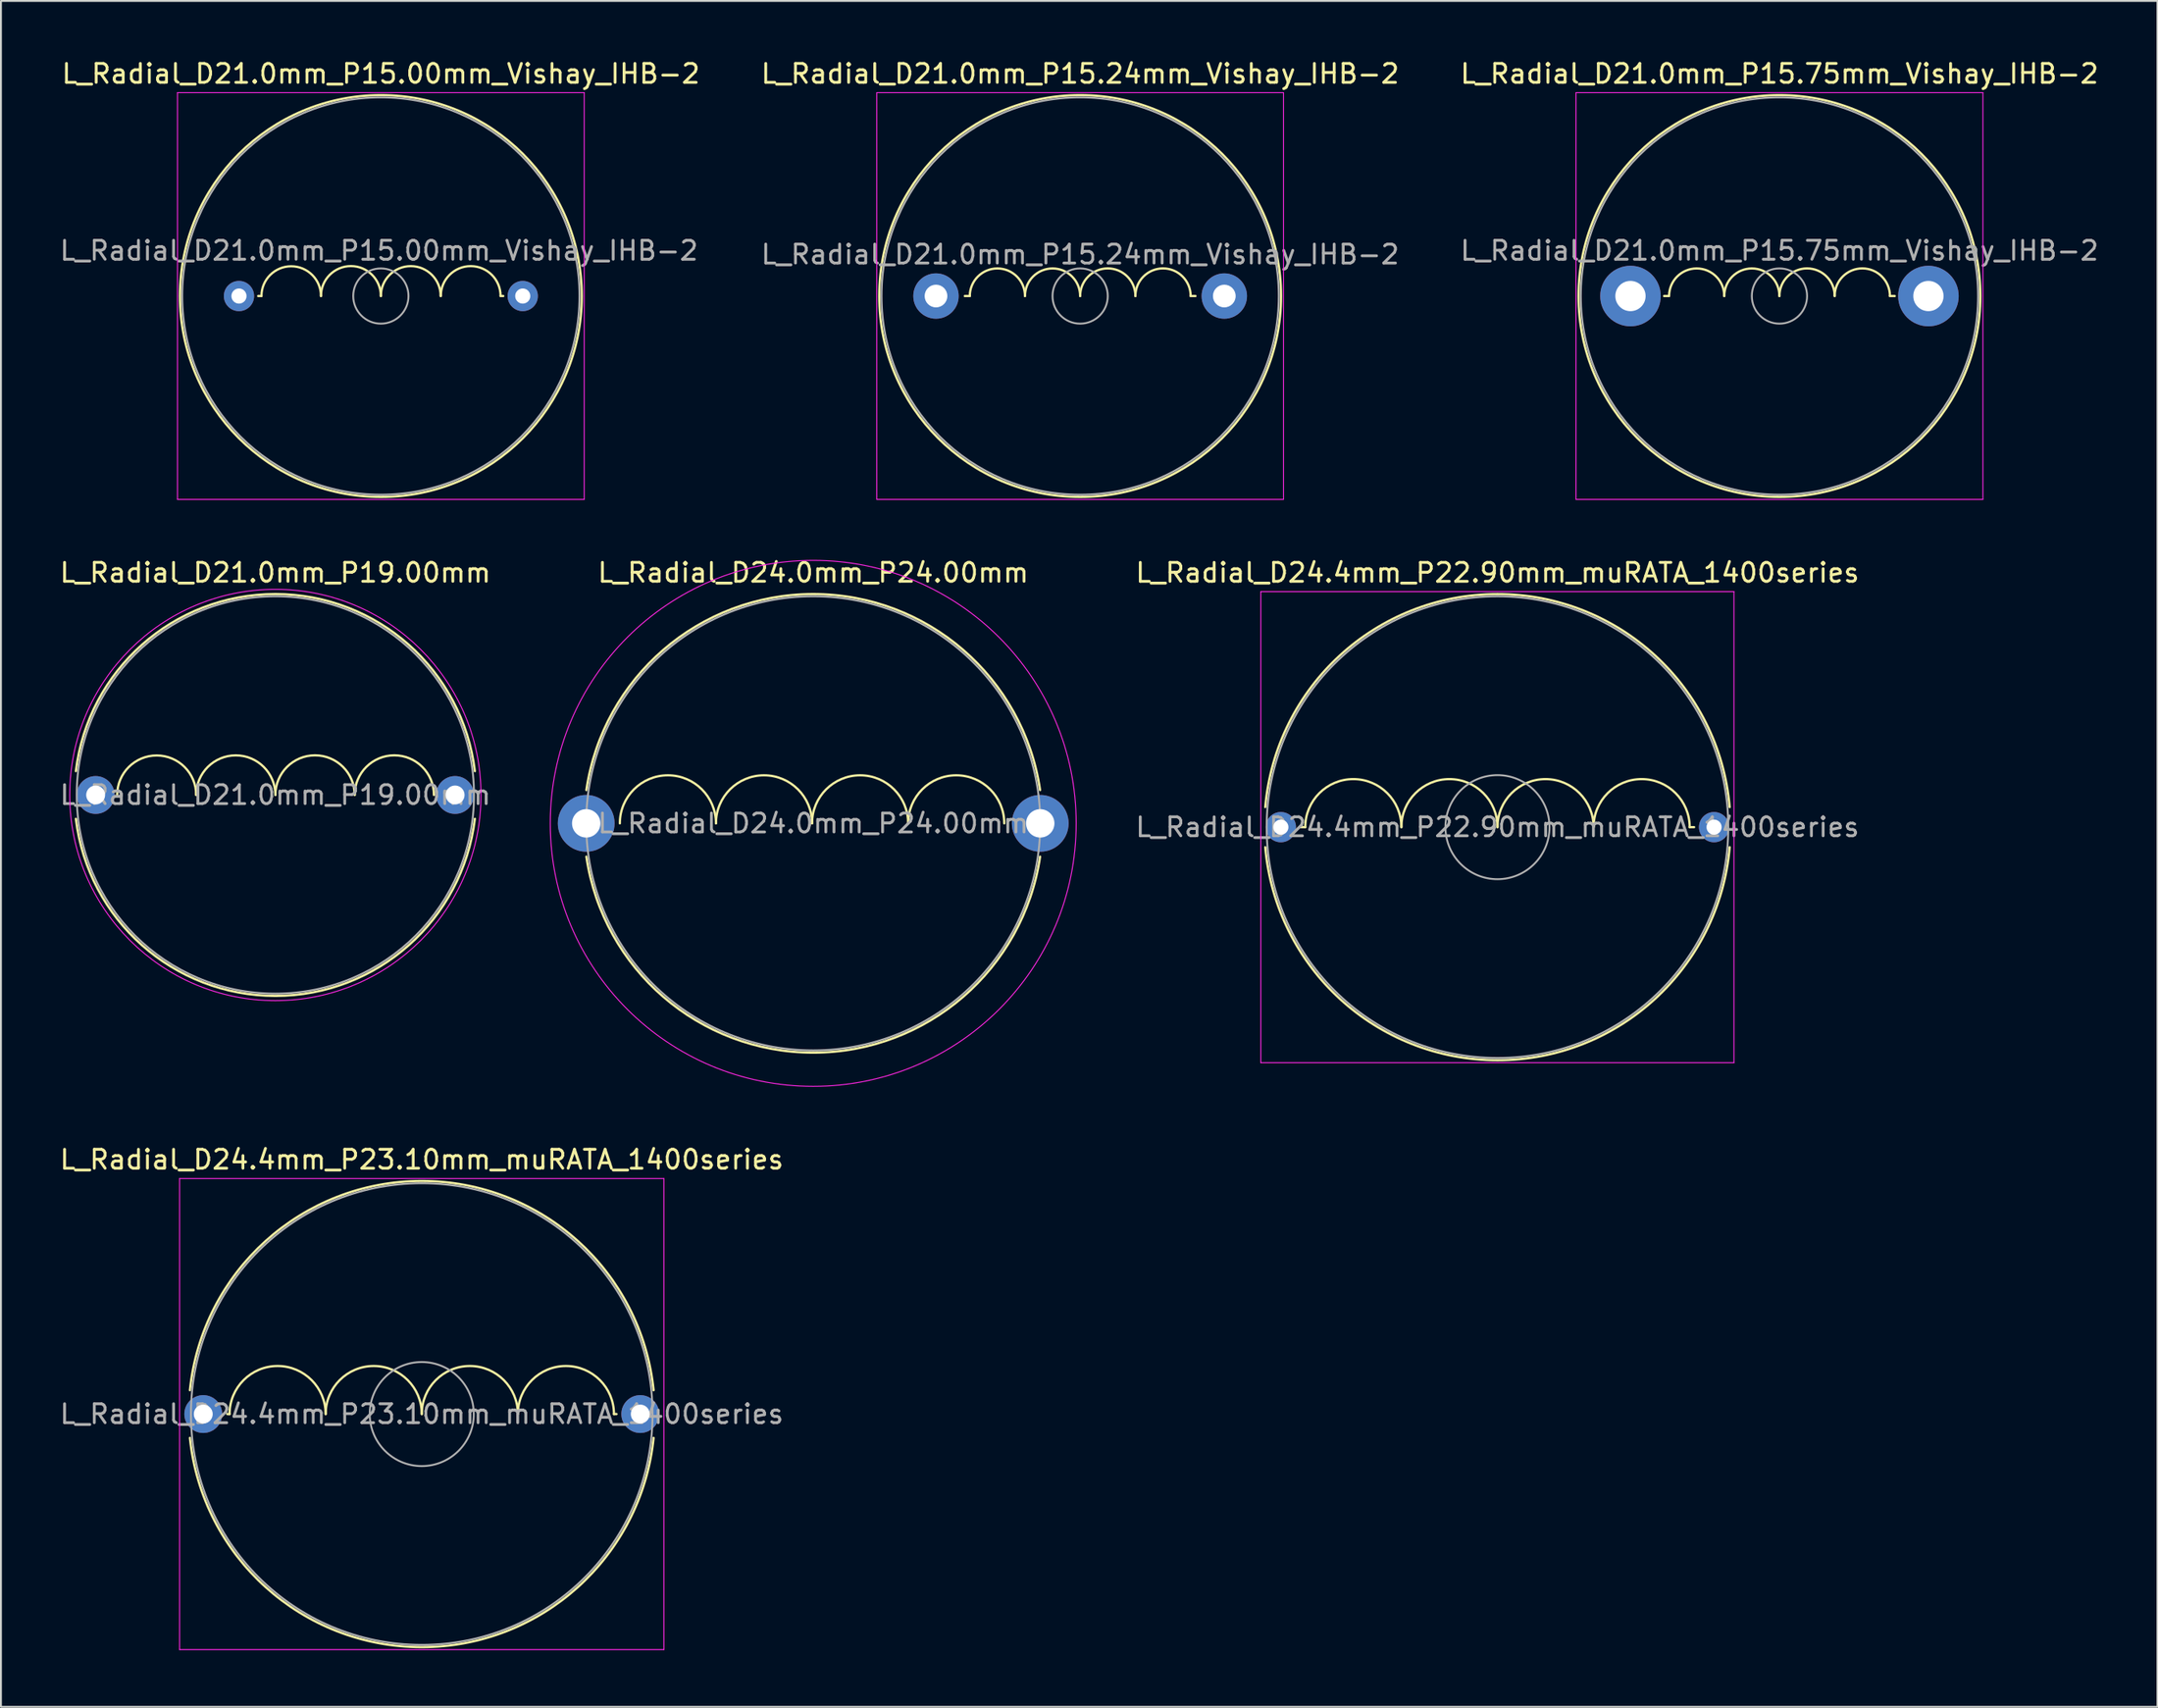
<source format=kicad_pcb>
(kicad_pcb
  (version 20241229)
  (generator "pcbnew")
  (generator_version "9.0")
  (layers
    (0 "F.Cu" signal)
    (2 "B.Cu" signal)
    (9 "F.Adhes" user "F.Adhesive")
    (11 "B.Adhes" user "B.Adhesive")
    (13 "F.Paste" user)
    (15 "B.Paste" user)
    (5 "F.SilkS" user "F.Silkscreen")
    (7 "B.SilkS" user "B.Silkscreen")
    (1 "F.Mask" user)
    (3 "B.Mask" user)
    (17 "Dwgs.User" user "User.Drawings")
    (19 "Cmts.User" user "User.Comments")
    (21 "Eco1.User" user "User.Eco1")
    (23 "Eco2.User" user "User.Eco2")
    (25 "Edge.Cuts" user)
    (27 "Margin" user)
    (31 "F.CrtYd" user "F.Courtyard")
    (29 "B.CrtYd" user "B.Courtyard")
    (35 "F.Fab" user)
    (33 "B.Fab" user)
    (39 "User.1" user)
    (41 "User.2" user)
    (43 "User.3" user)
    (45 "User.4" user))
  (footprint "L_Radial_D24.0mm_P24.00mm"
    (layer "F.Cu")
    (at 27.937 40.471)
    (property "Reference" "L_Radial_D24.0mm_P24.00mm" (at 12 -13.25 0) (layer "F.SilkS") (effects (font (size 1 1) (thickness 0.15))))
    (attr through_hole)
    (fp_arc (start 0.00847 -1.76) (mid 12 -12.12) (end 23.99153 -1.76) (stroke (width 0.12) (type solid)) (layer "F.SilkS"))
    (fp_arc (start 1.778 0) (mid 4.318 -2.54) (end 6.858 0) (stroke (width 0.12) (type solid)) (layer "F.SilkS"))
    (fp_arc (start 6.858 0) (mid 9.398 -2.54) (end 11.938 0) (stroke (width 0.12) (type solid)) (layer "F.SilkS"))
    (fp_arc (start 11.938 0) (mid 14.478 -2.54) (end 17.018 0) (stroke (width 0.12) (type solid)) (layer "F.SilkS"))
    (fp_arc (start 17.018 0) (mid 19.558 -2.54) (end 22.098 0) (stroke (width 0.12) (type solid)) (layer "F.SilkS"))
    (fp_arc (start 23.99153 1.76) (mid 12 12.12) (end 0.00847 1.76) (stroke (width 0.12) (type solid)) (layer "F.SilkS"))
    (fp_circle (center 12 0) (end 25.9 0) (stroke (width 0.05) (type solid)) (fill no) (layer "F.CrtYd"))
    (fp_circle (center 12 0) (end 24 0) (stroke (width 0.1) (type solid)) (fill no) (layer "F.Fab"))
    (fp_text user "${REFERENCE}" (at 12 0 0) (layer "F.Fab") (effects (font (size 1 1) (thickness 0.15))))
    (pad "1" thru_hole circle (at 0 0) (size 3 3) (drill 1.5) (layers "*.Cu" "*.Mask"))
    (pad "2" thru_hole circle (at 24 0) (size 3 3) (drill 1.5) (layers "*.Cu" "*.Mask")))
  (footprint "L_Radial_D21.0mm_P15.75mm_Vishay_IHB-2"
    (layer "F.Cu")
    (at 83.136 12.598)
    (property "Reference" "L_Radial_D21.0mm_P15.75mm_Vishay_IHB-2" (at 7.875 -11.75 0) (layer "F.SilkS") (effects (font (size 1 1) (thickness 0.15))))
    (attr through_hole)
    (fp_line (start 2.032 0) (end 1.778 0) (stroke (width 0.12) (type solid)) (layer "F.SilkS"))
    (fp_line (start 13.716 0) (end 13.97 0) (stroke (width 0.12) (type solid)) (layer "F.SilkS"))
    (fp_arc (start 2.042 0) (mid 3.5 -1.458) (end 4.958 0) (stroke (width 0.12) (type solid)) (layer "F.SilkS"))
    (fp_arc (start 4.958 0) (mid 6.416 -1.458) (end 7.874 0) (stroke (width 0.12) (type solid)) (layer "F.SilkS"))
    (fp_arc (start 7.874 0) (mid 9.3345 -1.4605) (end 10.795 0) (stroke (width 0.12) (type solid)) (layer "F.SilkS"))
    (fp_arc (start 10.795 0) (mid 12.2555 -1.4605) (end 13.716 0) (stroke (width 0.12) (type solid)) (layer "F.SilkS"))
    (fp_circle (center 7.875 0) (end 18.495 0) (stroke (width 0.12) (type solid)) (fill no) (layer "F.SilkS"))
    (fp_line (start -2.88 -10.75) (end -2.88 10.75) (stroke (width 0.05) (type solid)) (layer "F.CrtYd"))
    (fp_line (start -2.88 10.75) (end 18.63 10.75) (stroke (width 0.05) (type solid)) (layer "F.CrtYd"))
    (fp_line (start 18.63 -10.75) (end -2.88 -10.75) (stroke (width 0.05) (type solid)) (layer "F.CrtYd"))
    (fp_line (start 18.63 10.75) (end 18.63 -10.75) (stroke (width 0.05) (type solid)) (layer "F.CrtYd"))
    (fp_circle (center 7.875 0) (end 9.335 0) (stroke (width 0.1) (type solid)) (fill no) (layer "F.Fab"))
    (fp_circle (center 7.875 0) (end 18.375 0) (stroke (width 0.1) (type solid)) (fill no) (layer "F.Fab"))
    (fp_text user "${REFERENCE}" (at 7.875 -2.4 0) (layer "F.Fab") (effects (font (size 1 1) (thickness 0.15))))
    (pad "1" thru_hole circle (at 0 0) (size 3.2 3.2) (drill 1.6) (layers "*.Cu" "*.Mask"))
    (pad "2" thru_hole circle (at 15.75 0) (size 3.2 3.2) (drill 1.6) (layers "*.Cu" "*.Mask")))
  (footprint "L_Radial_D21.0mm_P15.00mm_Vishay_IHB-2"
    (layer "F.Cu")
    (at 9.582 12.598)
    (property "Reference" "L_Radial_D21.0mm_P15.00mm_Vishay_IHB-2" (at 7.5 -11.75 0) (layer "F.SilkS") (effects (font (size 1 1) (thickness 0.15))))
    (attr through_hole)
    (fp_line (start 1.188 0) (end 1.016 0) (stroke (width 0.12) (type solid)) (layer "F.SilkS"))
    (fp_line (start 13.829 0) (end 13.97 0) (stroke (width 0.12) (type solid)) (layer "F.SilkS"))
    (fp_arc (start 1.188 0) (mid 2.761 -1.573) (end 4.334 0) (stroke (width 0.12) (type solid)) (layer "F.SilkS"))
    (fp_arc (start 4.334 0) (mid 5.917 -1.583) (end 7.5 0) (stroke (width 0.12) (type solid)) (layer "F.SilkS"))
    (fp_arc (start 7.5 0) (mid 9.0805 -1.5805) (end 10.661 0) (stroke (width 0.12) (type solid)) (layer "F.SilkS"))
    (fp_arc (start 10.668 0) (mid 12.2485 -1.5805) (end 13.829 0) (stroke (width 0.12) (type solid)) (layer "F.SilkS"))
    (fp_circle (center 7.5 0) (end 18.12 0) (stroke (width 0.12) (type solid)) (fill no) (layer "F.SilkS"))
    (fp_line (start -3.25 -10.75) (end -3.25 10.75) (stroke (width 0.05) (type solid)) (layer "F.CrtYd"))
    (fp_line (start -3.25 10.75) (end 18.25 10.75) (stroke (width 0.05) (type solid)) (layer "F.CrtYd"))
    (fp_line (start 18.25 -10.75) (end -3.25 -10.75) (stroke (width 0.05) (type solid)) (layer "F.CrtYd"))
    (fp_line (start 18.25 10.75) (end 18.25 -10.75) (stroke (width 0.05) (type solid)) (layer "F.CrtYd"))
    (fp_circle (center 7.5 0) (end 8.96 0) (stroke (width 0.1) (type solid)) (fill no) (layer "F.Fab"))
    (fp_circle (center 7.5 0) (end 18 0) (stroke (width 0.1) (type solid)) (fill no) (layer "F.Fab"))
    (fp_text user "${REFERENCE}" (at 7.4 -2.4 0) (layer "F.Fab") (effects (font (size 1 1) (thickness 0.15))))
    (pad "1" thru_hole circle (at 0 0) (size 1.6 1.6) (drill 0.8) (layers "*.Cu" "*.Mask"))
    (pad "2" thru_hole circle (at 15 0) (size 1.6 1.6) (drill 0.8) (layers "*.Cu" "*.Mask")))
  (footprint "L_Radial_D24.4mm_P23.10mm_muRATA_1400series"
    (layer "F.Cu")
    (at 7.694 71.695)
    (property "Reference" "L_Radial_D24.4mm_P23.10mm_muRATA_1400series" (at 11.55 -13.45 0) (layer "F.SilkS") (effects (font (size 1 1) (thickness 0.15))))
    (attr through_hole)
    (fp_line (start 1.39 0) (end 1.27 0) (stroke (width 0.12) (type solid)) (layer "F.SilkS"))
    (fp_line (start 21.71 0) (end 21.844 0) (stroke (width 0.12) (type solid)) (layer "F.SilkS"))
    (fp_arc (start -0.705399 -1.26) (mid 11.55 -12.32) (end 23.805399 -1.26) (stroke (width 0.12) (type solid)) (layer "F.SilkS"))
    (fp_arc (start 1.39 0) (mid 3.93 -2.54) (end 6.47 0) (stroke (width 0.12) (type solid)) (layer "F.SilkS"))
    (fp_arc (start 6.47 0) (mid 9.01 -2.54) (end 11.55 0) (stroke (width 0.12) (type solid)) (layer "F.SilkS"))
    (fp_arc (start 11.55 0) (mid 14.09 -2.54) (end 16.63 0) (stroke (width 0.12) (type solid)) (layer "F.SilkS"))
    (fp_arc (start 16.63 0) (mid 19.17 -2.54) (end 21.71 0) (stroke (width 0.12) (type solid)) (layer "F.SilkS"))
    (fp_arc (start 23.805399 1.26) (mid 11.55 12.32) (end -0.705399 1.26) (stroke (width 0.12) (type solid)) (layer "F.SilkS"))
    (fp_line (start -1.25 -12.45) (end -1.25 12.45) (stroke (width 0.05) (type solid)) (layer "F.CrtYd"))
    (fp_line (start -1.25 12.45) (end 24.35 12.45) (stroke (width 0.05) (type solid)) (layer "F.CrtYd"))
    (fp_line (start 24.35 -12.45) (end -1.25 -12.45) (stroke (width 0.05) (type solid)) (layer "F.CrtYd"))
    (fp_line (start 24.35 12.45) (end 24.35 -12.45) (stroke (width 0.05) (type solid)) (layer "F.CrtYd"))
    (fp_circle (center 11.55 0) (end 14.3 0) (stroke (width 0.1) (type solid)) (fill no) (layer "F.Fab"))
    (fp_circle (center 11.55 0) (end 23.75 0) (stroke (width 0.1) (type solid)) (fill no) (layer "F.Fab"))
    (fp_text user "${REFERENCE}" (at 11.55 0 0) (layer "F.Fab") (effects (font (size 1 1) (thickness 0.15))))
    (pad "1" thru_hole circle (at 0 0) (size 2 2) (drill 1) (layers "*.Cu" "*.Mask"))
    (pad "2" thru_hole circle (at 23.1 0) (size 2 2) (drill 1) (layers "*.Cu" "*.Mask")))
  (footprint "L_Radial_D21.0mm_P15.24mm_Vishay_IHB-2"
    (layer "F.Cu")
    (at 46.426 12.598)
    (property "Reference" "L_Radial_D21.0mm_P15.24mm_Vishay_IHB-2" (at 7.62 -11.75 0) (layer "F.SilkS") (effects (font (size 1 1) (thickness 0.15))))
    (attr through_hole)
    (fp_line (start 1.788 0) (end 1.524 0) (stroke (width 0.12) (type solid)) (layer "F.SilkS"))
    (fp_line (start 13.462 0) (end 13.716 0) (stroke (width 0.12) (type solid)) (layer "F.SilkS"))
    (fp_arc (start 1.788 0) (mid 3.246 -1.458) (end 4.704 0) (stroke (width 0.12) (type solid)) (layer "F.SilkS"))
    (fp_arc (start 4.704 0) (mid 6.162 -1.458) (end 7.62 0) (stroke (width 0.12) (type solid)) (layer "F.SilkS"))
    (fp_arc (start 7.62 0) (mid 9.0805 -1.4605) (end 10.541 0) (stroke (width 0.12) (type solid)) (layer "F.SilkS"))
    (fp_arc (start 10.541 0) (mid 12.0015 -1.4605) (end 13.462 0) (stroke (width 0.12) (type solid)) (layer "F.SilkS"))
    (fp_circle (center 7.62 0) (end 18.24 0) (stroke (width 0.12) (type solid)) (fill no) (layer "F.SilkS"))
    (fp_line (start -3.13 -10.75) (end -3.13 10.75) (stroke (width 0.05) (type solid)) (layer "F.CrtYd"))
    (fp_line (start -3.13 10.75) (end 18.37 10.75) (stroke (width 0.05) (type solid)) (layer "F.CrtYd"))
    (fp_line (start 18.37 -10.75) (end -3.13 -10.75) (stroke (width 0.05) (type solid)) (layer "F.CrtYd"))
    (fp_line (start 18.37 10.75) (end 18.37 -10.75) (stroke (width 0.05) (type solid)) (layer "F.CrtYd"))
    (fp_circle (center 7.62 0) (end 9.08 0) (stroke (width 0.1) (type solid)) (fill no) (layer "F.Fab"))
    (fp_circle (center 7.62 0) (end 18.12 0) (stroke (width 0.1) (type solid)) (fill no) (layer "F.Fab"))
    (fp_text user "${REFERENCE}" (at 7.62 -2.2 0) (layer "F.Fab") (effects (font (size 1 1) (thickness 0.15))))
    (pad "1" thru_hole circle (at 0 0) (size 2.4 2.4) (drill 1.2) (layers "*.Cu" "*.Mask"))
    (pad "2" thru_hole circle (at 15.24 0) (size 2.4 2.4) (drill 1.2) (layers "*.Cu" "*.Mask")))
  (footprint "L_Radial_D21.0mm_P19.00mm"
    (layer "F.Cu")
    (at 2.006 38.971)
    (property "Reference" "L_Radial_D21.0mm_P19.00mm" (at 9.5 -11.75 0) (layer "F.SilkS") (effects (font (size 1 1) (thickness 0.15))))
    (attr through_hole)
    (fp_arc (start -1.044989 -1.26) (mid 9.5 -10.62) (end 20.044989 -1.26) (stroke (width 0.12) (type solid)) (layer "F.SilkS"))
    (fp_arc (start 1.138 0) (mid 3.226 -2.088) (end 5.314 0) (stroke (width 0.12) (type solid)) (layer "F.SilkS"))
    (fp_arc (start 5.314 0) (mid 7.407 -2.093) (end 9.5 0) (stroke (width 0.12) (type solid)) (layer "F.SilkS"))
    (fp_arc (start 9.5 0) (mid 11.5955 -2.0955) (end 13.691 0) (stroke (width 0.12) (type solid)) (layer "F.SilkS"))
    (fp_arc (start 13.691 0) (mid 15.7865 -2.0955) (end 17.882 0) (stroke (width 0.12) (type solid)) (layer "F.SilkS"))
    (fp_arc (start 20.044989 1.26) (mid 9.5 10.62) (end -1.044989 1.26) (stroke (width 0.12) (type solid)) (layer "F.SilkS"))
    (fp_circle (center 9.5 0) (end 20.37 0) (stroke (width 0.05) (type solid)) (fill no) (layer "F.CrtYd"))
    (fp_circle (center 9.5 0) (end 20 0) (stroke (width 0.1) (type solid)) (fill no) (layer "F.Fab"))
    (fp_text user "${REFERENCE}" (at 9.5 0 0) (layer "F.Fab") (effects (font (size 1 1) (thickness 0.15))))
    (pad "1" thru_hole circle (at 0 0) (size 2 2) (drill 1) (layers "*.Cu" "*.Mask"))
    (pad "2" thru_hole circle (at 19 0) (size 2 2) (drill 1) (layers "*.Cu" "*.Mask")))
  (footprint "L_Radial_D24.4mm_P22.90mm_muRATA_1400series"
    (layer "F.Cu")
    (at 64.656 40.672)
    (property "Reference" "L_Radial_D24.4mm_P22.90mm_muRATA_1400series" (at 11.45 -13.45 0) (layer "F.SilkS") (effects (font (size 1 1) (thickness 0.15))))
    (attr through_hole)
    (fp_line (start 1.29 0) (end 1.016 0) (stroke (width 0.12) (type solid)) (layer "F.SilkS"))
    (fp_line (start 21.61 0) (end 21.844 0) (stroke (width 0.12) (type solid)) (layer "F.SilkS"))
    (fp_arc (start -0.824315 -1.06) (mid 11.45 -12.32) (end 23.724315 -1.06) (stroke (width 0.12) (type solid)) (layer "F.SilkS"))
    (fp_arc (start 1.29 0) (mid 3.83 -2.54) (end 6.37 0) (stroke (width 0.12) (type solid)) (layer "F.SilkS"))
    (fp_arc (start 6.37 0) (mid 8.91 -2.54) (end 11.45 0) (stroke (width 0.12) (type solid)) (layer "F.SilkS"))
    (fp_arc (start 11.45 0) (mid 13.99 -2.54) (end 16.53 0) (stroke (width 0.12) (type solid)) (layer "F.SilkS"))
    (fp_arc (start 16.53 0) (mid 19.07 -2.54) (end 21.61 0) (stroke (width 0.12) (type solid)) (layer "F.SilkS"))
    (fp_arc (start 23.724315 1.06) (mid 11.45 12.32) (end -0.824315 1.06) (stroke (width 0.12) (type solid)) (layer "F.SilkS"))
    (fp_line (start -1.06 -12.45) (end -1.06 12.45) (stroke (width 0.05) (type solid)) (layer "F.CrtYd"))
    (fp_line (start -1.06 12.45) (end 23.95 12.45) (stroke (width 0.05) (type solid)) (layer "F.CrtYd"))
    (fp_line (start 23.95 -12.45) (end -1.06 -12.45) (stroke (width 0.05) (type solid)) (layer "F.CrtYd"))
    (fp_line (start 23.95 12.45) (end 23.95 -12.45) (stroke (width 0.05) (type solid)) (layer "F.CrtYd"))
    (fp_circle (center 11.45 0) (end 14.2 0) (stroke (width 0.1) (type solid)) (fill no) (layer "F.Fab"))
    (fp_circle (center 11.45 0) (end 23.65 0) (stroke (width 0.1) (type solid)) (fill no) (layer "F.Fab"))
    (fp_text user "${REFERENCE}" (at 11.45 0 0) (layer "F.Fab") (effects (font (size 1 1) (thickness 0.15))))
    (pad "1" thru_hole circle (at 0 0) (size 1.6 1.6) (drill 0.8) (layers "*.Cu" "*.Mask"))
    (pad "2" thru_hole circle (at 22.9 0) (size 1.6 1.6) (drill 0.8) (layers "*.Cu" "*.Mask")))
  (gr_rect
    (start -3 -3)
    (end 110.993 87.17)
    (stroke (width 0.1) (type default))
    (fill no)
    (layer "Edge.Cuts")))
</source>
